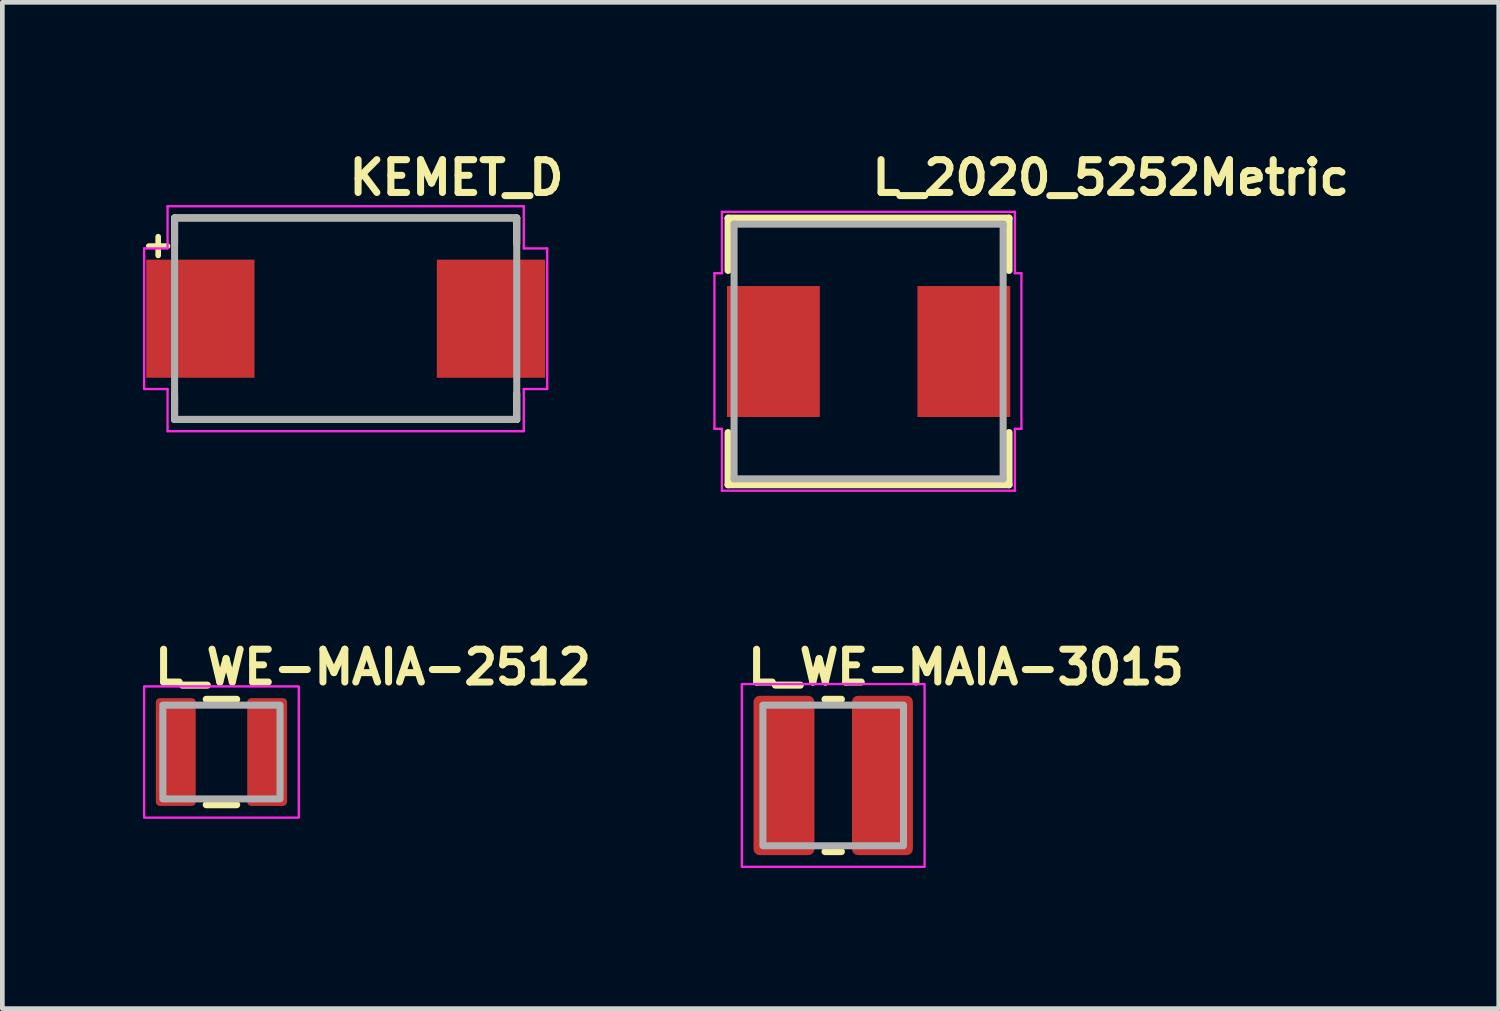
<source format=kicad_pcb>
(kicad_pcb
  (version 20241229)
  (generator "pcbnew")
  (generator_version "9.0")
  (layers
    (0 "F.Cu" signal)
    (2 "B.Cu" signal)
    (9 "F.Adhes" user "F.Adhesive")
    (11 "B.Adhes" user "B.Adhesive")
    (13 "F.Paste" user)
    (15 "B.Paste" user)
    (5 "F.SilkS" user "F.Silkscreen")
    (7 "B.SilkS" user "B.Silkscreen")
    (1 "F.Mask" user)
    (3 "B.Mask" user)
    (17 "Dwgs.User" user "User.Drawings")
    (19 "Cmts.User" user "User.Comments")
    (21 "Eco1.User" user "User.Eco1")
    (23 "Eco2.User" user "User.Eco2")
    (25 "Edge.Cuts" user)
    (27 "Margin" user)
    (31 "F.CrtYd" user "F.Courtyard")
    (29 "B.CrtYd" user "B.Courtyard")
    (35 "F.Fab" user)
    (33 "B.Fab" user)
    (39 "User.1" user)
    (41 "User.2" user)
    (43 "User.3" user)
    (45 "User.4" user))
  (footprint "L_WE-MAIA-2512"
    (layer "F.Cu")
    (at 1.675 12.995)
    (property "Reference" "L_WE-MAIA-2512" (at -1.5 -1.4 0) (layer "F.SilkS") (effects (font (size 0.7 0.7) (thickness 0.15)) (justify left bottom)))
    (attr smd)
    (fp_line (start -0.325 -1.125) (end 0.325 -1.125) (stroke (width 0.15) (type solid)) (layer "F.SilkS"))
    (fp_line (start -0.325 1.125) (end 0.325 1.125) (stroke (width 0.15) (type solid)) (layer "F.SilkS"))
    (fp_rect (start -1.65 -1.4) (end 1.65 1.4) (stroke (width 0.05) (type solid)) (fill no) (layer "F.CrtYd"))
    (fp_rect (start -1.25 -1) (end 1.25 1) (stroke (width 0.15) (type solid)) (fill no) (layer "F.Fab"))
    (fp_rect (start -1.25 -1) (end 1.249 0.998) (stroke (width 0.1) (type solid)) (fill no) (layer "User.5"))
    (fp_line (start -1.25 -1) (end 1.25 -1) (stroke (width 0.02) (type solid)) (layer "User.9"))
    (fp_line (start -1.25 1) (end -1.25 -1) (stroke (width 0.02) (type solid)) (layer "User.9"))
    (fp_line (start 1.25 -1) (end 1.25 1) (stroke (width 0.02) (type solid)) (layer "User.9"))
    (fp_line (start 1.25 1) (end -1.25 1) (stroke (width 0.02) (type solid)) (layer "User.9"))
    (pad "1" smd roundrect (at -0.975 0) (size 0.85 2.3) (layers "F.Cu" "F.Mask" "F.Paste") (roundrect_rratio 0.1))
    (pad "2" smd roundrect (at 0.975 0) (size 0.85 2.3) (layers "F.Cu" "F.Mask" "F.Paste") (roundrect_rratio 0.1)))
  (footprint "L_2020_5252Metric"
    (layer "F.Cu")
    (at 15.483 4.45)
    (property "Reference" "L_2020_5252Metric" (at 0 -3.3 0) (layer "F.SilkS") (effects (font (size 0.7 0.7) (thickness 0.15)) (justify left bottom)))
    (attr smd)
    (fp_line (start -2.999 -2.846) (end -2.999 -1.73) (stroke (width 0.15) (type solid)) (layer "F.SilkS"))
    (fp_line (start -2.999 1.729) (end -2.999 2.843) (stroke (width 0.15) (type solid)) (layer "F.SilkS"))
    (fp_line (start -2.999 2.843) (end 2.996 2.843) (stroke (width 0.15) (type solid)) (layer "F.SilkS"))
    (fp_line (start 2.996 -2.846) (end -2.999 -2.846) (stroke (width 0.15) (type solid)) (layer "F.SilkS"))
    (fp_line (start 2.996 -1.73) (end 2.996 -2.846) (stroke (width 0.15) (type solid)) (layer "F.SilkS"))
    (fp_line (start 2.996 2.843) (end 2.996 1.729) (stroke (width 0.15) (type solid)) (layer "F.SilkS"))
    (fp_line (start -3.29 -1.67) (end -3.13 -1.67) (stroke (width 0.05) (type solid)) (layer "F.CrtYd"))
    (fp_line (start -3.29 1.65) (end -3.29 -1.67) (stroke (width 0.05) (type solid)) (layer "F.CrtYd"))
    (fp_line (start -3.13 -2.98) (end 3.12 -2.98) (stroke (width 0.05) (type solid)) (layer "F.CrtYd"))
    (fp_line (start -3.13 -1.67) (end -3.13 -2.98) (stroke (width 0.05) (type solid)) (layer "F.CrtYd"))
    (fp_line (start -3.13 1.65) (end -3.29 1.65) (stroke (width 0.05) (type solid)) (layer "F.CrtYd"))
    (fp_line (start -3.13 2.97) (end -3.13 1.65) (stroke (width 0.05) (type solid)) (layer "F.CrtYd"))
    (fp_line (start 3.12 -2.98) (end 3.12 -1.67) (stroke (width 0.05) (type solid)) (layer "F.CrtYd"))
    (fp_line (start 3.12 -1.67) (end 3.26 -1.67) (stroke (width 0.05) (type solid)) (layer "F.CrtYd"))
    (fp_line (start 3.12 1.65) (end 3.12 2.97) (stroke (width 0.05) (type solid)) (layer "F.CrtYd"))
    (fp_line (start 3.12 2.97) (end -3.13 2.97) (stroke (width 0.05) (type solid)) (layer "F.CrtYd"))
    (fp_line (start 3.26 -1.67) (end 3.26 1.65) (stroke (width 0.05) (type solid)) (layer "F.CrtYd"))
    (fp_line (start 3.26 1.65) (end 3.12 1.65) (stroke (width 0.05) (type solid)) (layer "F.CrtYd"))
    (fp_line (start -2.871 -2.718) (end -2.871 2.717) (stroke (width 0.15) (type solid)) (layer "F.Fab"))
    (fp_line (start -2.871 2.717) (end 2.87 2.717) (stroke (width 0.15) (type solid)) (layer "F.Fab"))
    (fp_line (start 2.87 -2.718) (end -2.871 -2.718) (stroke (width 0.15) (type solid)) (layer "F.Fab"))
    (fp_line (start 2.87 2.717) (end 2.87 -2.718) (stroke (width 0.15) (type solid)) (layer "F.Fab"))
    (fp_rect (start -2.871 -2.718) (end 2.87 2.717) (stroke (width 0.1) (type solid)) (fill no) (layer "User.5"))
    (fp_line (start -2.871 -1.397) (end -2.711 -1.397) (stroke (width 0.02) (type solid)) (layer "User.9"))
    (fp_line (start -2.871 1.396) (end -2.871 -1.397) (stroke (width 0.02) (type solid)) (layer "User.9"))
    (fp_line (start -2.711 -2.718) (end 2.709 -2.718) (stroke (width 0.02) (type solid)) (layer "User.9"))
    (fp_line (start -2.711 1.396) (end -2.871 1.396) (stroke (width 0.02) (type solid)) (layer "User.9"))
    (fp_line (start -2.711 2.717) (end -2.711 -2.718) (stroke (width 0.02) (type solid)) (layer "User.9"))
    (fp_line (start -2.605 -2.609) (end -2.605 2.608) (stroke (width 0.02) (type solid)) (layer "User.9"))
    (fp_line (start -2.605 2.608) (end -1.518 2.608) (stroke (width 0.02) (type solid)) (layer "User.9"))
    (fp_line (start -1.518 -2.609) (end -2.605 -2.609) (stroke (width 0.02) (type solid)) (layer "User.9"))
    (fp_line (start -1.518 2.608) (end -1.518 -2.609) (stroke (width 0.02) (type solid)) (layer "User.9"))
    (fp_line (start 2.709 -2.718) (end 2.709 2.717) (stroke (width 0.02) (type solid)) (layer "User.9"))
    (fp_line (start 2.709 -1.397) (end 2.87 -1.397) (stroke (width 0.02) (type solid)) (layer "User.9"))
    (fp_line (start 2.709 2.717) (end -2.711 2.717) (stroke (width 0.02) (type solid)) (layer "User.9"))
    (fp_line (start 2.87 -1.397) (end 2.87 1.396) (stroke (width 0.02) (type solid)) (layer "User.9"))
    (fp_line (start 2.87 1.396) (end 2.709 1.396) (stroke (width 0.02) (type solid)) (layer "User.9"))
    (pad "1" smd rect (at -2.032 0 90) (size 2.794 1.981) (layers "F.Cu" "F.Mask" "F.Paste"))
    (pad "2" smd rect (at 2.031 0 90) (size 2.794 1.981) (layers "F.Cu" "F.Mask" "F.Paste")))
  (footprint "L_WE-MAIA-3015"
    (layer "F.Cu")
    (at 14.727 13.495)
    (property "Reference" "L_WE-MAIA-3015" (at -1.9 -1.9 0) (unlocked yes) (layer "F.SilkS") (effects (font (size 0.7 0.7) (thickness 0.15)) (justify left bottom)))
    (attr smd)
    (fp_line (start -0.175 -1.625) (end 0.175 -1.625) (stroke (width 0.15) (type solid)) (layer "F.SilkS"))
    (fp_line (start -0.175 1.625) (end 0.175 1.625) (stroke (width 0.15) (type solid)) (layer "F.SilkS"))
    (fp_rect (start -1.95 -1.95) (end 1.95 1.95) (stroke (width 0.05) (type solid)) (fill no) (layer "F.CrtYd"))
    (fp_rect (start -1.5 -1.5) (end 1.5 1.5) (stroke (width 0.15) (type solid)) (fill no) (layer "F.Fab"))
    (fp_rect (start -1.5 -1.5) (end 1.5 1.5) (stroke (width 0.1) (type solid)) (fill no) (layer "User.5"))
    (fp_line (start -1.5 -1.5) (end 1.5 -1.5) (stroke (width 0.02) (type solid)) (layer "User.9"))
    (fp_line (start -1.5 1.5) (end -1.5 -1.5) (stroke (width 0.02) (type solid)) (layer "User.9"))
    (fp_line (start 1.5 -1.5) (end 1.5 1.5) (stroke (width 0.02) (type solid)) (layer "User.9"))
    (fp_line (start 1.5 1.5) (end -1.5 1.5) (stroke (width 0.02) (type solid)) (layer "User.9"))
    (pad "1" smd roundrect (at -1.05 0) (size 1.3 3.4) (layers "F.Cu" "F.Mask" "F.Paste") (roundrect_rratio 0.1))
    (pad "2" smd roundrect (at 1.05 0) (size 1.3 3.4) (layers "F.Cu" "F.Mask" "F.Paste") (roundrect_rratio 0.1)))
  (footprint "KEMET_D"
    (layer "F.Cu")
    (at 4.325 3.75)
    (property "Reference" "KEMET_D" (at 0 -2.6 0) (layer "F.SilkS") (effects (font (size 0.7 0.7) (thickness 0.15)) (justify left bottom)))
    (attr smd)
    (fp_line (start -4.2 -1.55) (end -3.8 -1.55) (stroke (width 0.12) (type solid)) (layer "F.SilkS"))
    (fp_line (start -4 -1.75) (end -4 -1.35) (stroke (width 0.12) (type solid)) (layer "F.SilkS"))
    (fp_line (start -3.65 -2.15) (end 3.65 -2.15) (stroke (width 0.15) (type solid)) (layer "F.SilkS"))
    (fp_line (start -3.65 -1.6) (end -3.65 -2.15) (stroke (width 0.15) (type solid)) (layer "F.SilkS"))
    (fp_line (start -3.65 1.6) (end -3.65 2.15) (stroke (width 0.15) (type solid)) (layer "F.SilkS"))
    (fp_line (start -3.65 2.15) (end 3.65 2.15) (stroke (width 0.15) (type solid)) (layer "F.SilkS"))
    (fp_line (start 3.65 -2.15) (end 3.65 -1.6) (stroke (width 0.15) (type solid)) (layer "F.SilkS"))
    (fp_line (start 3.65 2.15) (end 3.65 1.6) (stroke (width 0.15) (type solid)) (layer "F.SilkS"))
    (fp_line (start -4.3 1.5) (end -4.3 -1.5) (stroke (width 0.05) (type solid)) (layer "F.CrtYd"))
    (fp_line (start -3.8 -2.4) (end -3.8 -1.5) (stroke (width 0.05) (type solid)) (layer "F.CrtYd"))
    (fp_line (start -3.8 -2.4) (end 3.8 -2.4) (stroke (width 0.05) (type solid)) (layer "F.CrtYd"))
    (fp_line (start -3.8 -1.5) (end -4.3 -1.5) (stroke (width 0.05) (type solid)) (layer "F.CrtYd"))
    (fp_line (start -3.8 1.5) (end -4.3 1.5) (stroke (width 0.05) (type solid)) (layer "F.CrtYd"))
    (fp_line (start -3.8 2.4) (end -3.8 1.5) (stroke (width 0.05) (type solid)) (layer "F.CrtYd"))
    (fp_line (start 3.8 -2.4) (end 3.8 -1.5) (stroke (width 0.05) (type solid)) (layer "F.CrtYd"))
    (fp_line (start 3.8 -1.5) (end 4.3 -1.5) (stroke (width 0.05) (type solid)) (layer "F.CrtYd"))
    (fp_line (start 3.8 1.5) (end 3.8 2.4) (stroke (width 0.05) (type solid)) (layer "F.CrtYd"))
    (fp_line (start 3.8 2.4) (end -3.8 2.4) (stroke (width 0.05) (type solid)) (layer "F.CrtYd"))
    (fp_line (start 4.3 -1.5) (end 4.3 1.5) (stroke (width 0.05) (type solid)) (layer "F.CrtYd"))
    (fp_line (start 4.3 1.5) (end 3.8 1.5) (stroke (width 0.05) (type solid)) (layer "F.CrtYd"))
    (fp_rect (start -3.65 -2.15) (end 3.65 2.15) (stroke (width 0.15) (type solid)) (fill no) (layer "F.Fab"))
    (fp_rect (start -3.65 -2.15) (end 3.65 2.15) (stroke (width 0.1) (type solid)) (fill no) (layer "User.5"))
    (fp_line (start -3.65 1.199) (end -3.65 -1.2) (stroke (width 0.02) (type solid)) (layer "User.9"))
    (fp_line (start -3.519 -2.149) (end -3.519 2.148) (stroke (width 0.02) (type solid)) (layer "User.9"))
    (fp_line (start -3.519 -1.2) (end -3.65 -1.2) (stroke (width 0.02) (type solid)) (layer "User.9"))
    (fp_line (start -3.519 1.199) (end -3.65 1.199) (stroke (width 0.02) (type solid)) (layer "User.9"))
    (fp_line (start -3.519 1.199) (end -3.519 -1.2) (stroke (width 0.02) (type solid)) (layer "User.9"))
    (fp_line (start -3.519 2.148) (end 3.519 2.148) (stroke (width 0.02) (type solid)) (layer "User.9"))
    (fp_line (start -3.333 -1.964) (end -3.519 -2.149) (stroke (width 0.02) (type solid)) (layer "User.9"))
    (fp_line (start -3.333 -1.964) (end -3.333 1.961) (stroke (width 0.02) (type solid)) (layer "User.9"))
    (fp_line (start -3.333 1.961) (end -3.519 2.148) (stroke (width 0.02) (type solid)) (layer "User.9"))
    (fp_line (start -3.333 1.961) (end 3.333 1.961) (stroke (width 0.02) (type solid)) (layer "User.9"))
    (fp_line (start -3.089 -1.8) (end -3.089 -0.14) (stroke (width 0.02) (type solid)) (layer "User.9"))
    (fp_line (start -3.089 0.14) (end -3.089 1.8) (stroke (width 0.02) (type solid)) (layer "User.9"))
    (fp_line (start -3.089 1.8) (end -2.589 1.8) (stroke (width 0.02) (type solid)) (layer "User.9"))
    (fp_line (start -2.589 -1.8) (end -3.089 -1.8) (stroke (width 0.02) (type solid)) (layer "User.9"))
    (fp_line (start -2.589 -0.14) (end -2.589 -1.8) (stroke (width 0.02) (type solid)) (layer "User.9"))
    (fp_line (start -2.589 1.8) (end -2.589 0.14) (stroke (width 0.02) (type solid)) (layer "User.9"))
    (fp_line (start 3.333 -1.964) (end -3.333 -1.964) (stroke (width 0.02) (type solid)) (layer "User.9"))
    (fp_line (start 3.333 -1.964) (end 3.519 -2.149) (stroke (width 0.02) (type solid)) (layer "User.9"))
    (fp_line (start 3.333 1.961) (end 3.333 -1.964) (stroke (width 0.02) (type solid)) (layer "User.9"))
    (fp_line (start 3.333 1.961) (end 3.519 2.148) (stroke (width 0.02) (type solid)) (layer "User.9"))
    (fp_line (start 3.519 -2.149) (end -3.519 -2.149) (stroke (width 0.02) (type solid)) (layer "User.9"))
    (fp_line (start 3.519 -1.2) (end 3.649 -1.2) (stroke (width 0.02) (type solid)) (layer "User.9"))
    (fp_line (start 3.519 1.199) (end 3.519 -1.2) (stroke (width 0.02) (type solid)) (layer "User.9"))
    (fp_line (start 3.519 1.199) (end 3.649 1.199) (stroke (width 0.02) (type solid)) (layer "User.9"))
    (fp_line (start 3.519 2.148) (end 3.519 -2.149) (stroke (width 0.02) (type solid)) (layer "User.9"))
    (fp_line (start 3.649 1.199) (end 3.649 -1.2) (stroke (width 0.02) (type solid)) (layer "User.9"))
    (fp_arc (start -3.089 -0.14) (mid -2.839 -0.234) (end -2.589 -0.14) (stroke (width 0.02) (type solid)) (layer "User.9"))
    (fp_arc (start -2.589 0.14) (mid -2.839 0.235) (end -3.089 0.14) (stroke (width 0.02) (type solid)) (layer "User.9"))
    (pad "1" smd rect (at -3.1 0) (size 2.31 2.52) (layers "F.Cu" "F.Mask" "F.Paste"))
    (pad "2" smd rect (at 3.1 0) (size 2.31 2.52) (layers "F.Cu" "F.Mask" "F.Paste")))
  (gr_rect
    (start -3 -3)
    (end 28.927 18.47)
    (stroke (width 0.1) (type default))
    (fill no)
    (layer "Edge.Cuts")))
</source>
